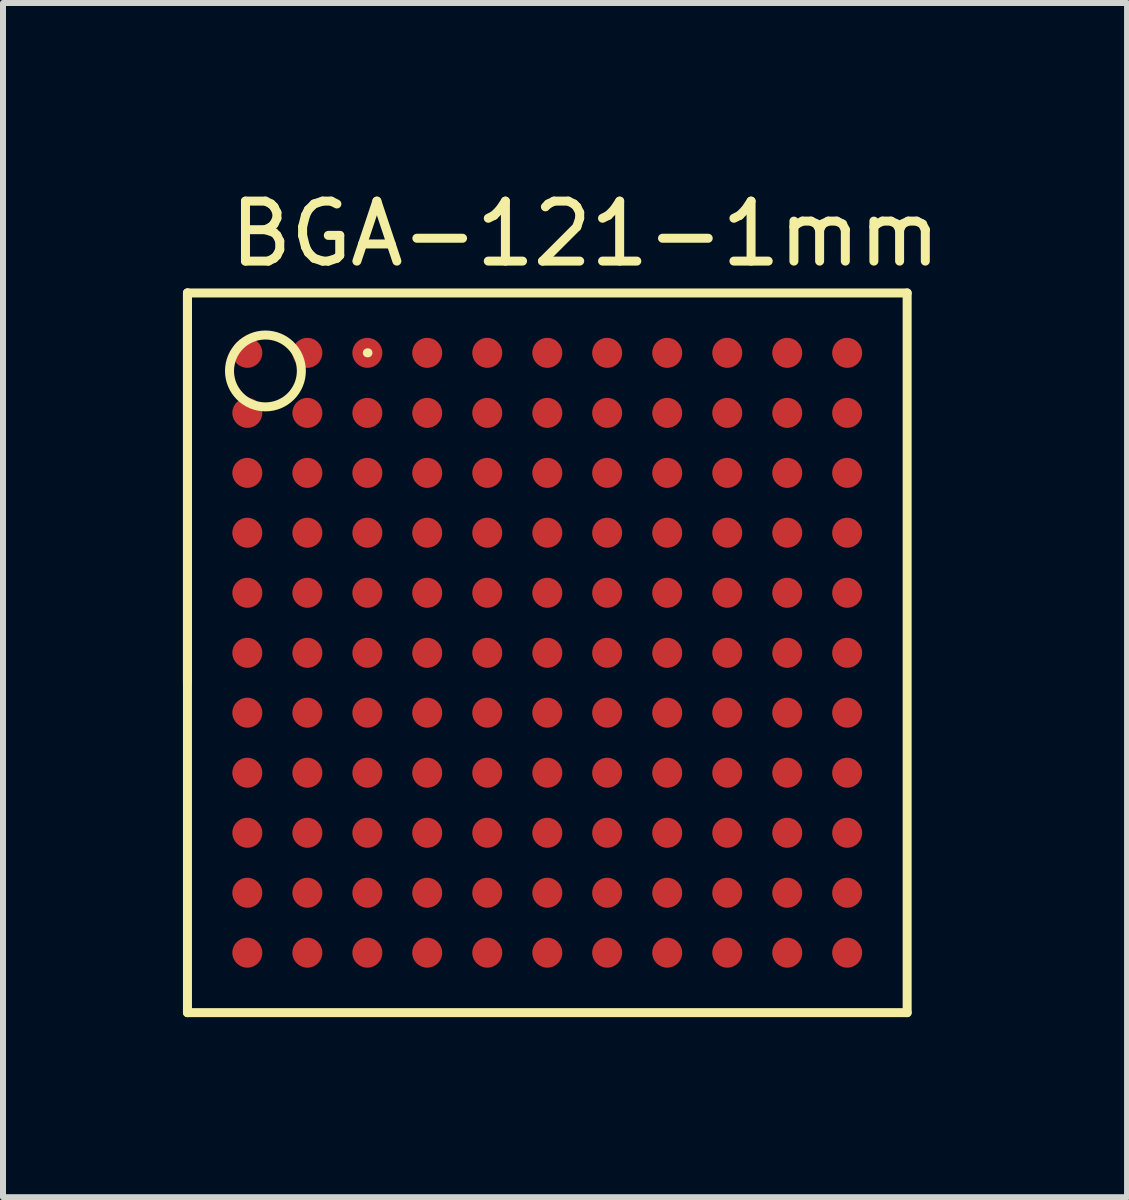
<source format=kicad_pcb>
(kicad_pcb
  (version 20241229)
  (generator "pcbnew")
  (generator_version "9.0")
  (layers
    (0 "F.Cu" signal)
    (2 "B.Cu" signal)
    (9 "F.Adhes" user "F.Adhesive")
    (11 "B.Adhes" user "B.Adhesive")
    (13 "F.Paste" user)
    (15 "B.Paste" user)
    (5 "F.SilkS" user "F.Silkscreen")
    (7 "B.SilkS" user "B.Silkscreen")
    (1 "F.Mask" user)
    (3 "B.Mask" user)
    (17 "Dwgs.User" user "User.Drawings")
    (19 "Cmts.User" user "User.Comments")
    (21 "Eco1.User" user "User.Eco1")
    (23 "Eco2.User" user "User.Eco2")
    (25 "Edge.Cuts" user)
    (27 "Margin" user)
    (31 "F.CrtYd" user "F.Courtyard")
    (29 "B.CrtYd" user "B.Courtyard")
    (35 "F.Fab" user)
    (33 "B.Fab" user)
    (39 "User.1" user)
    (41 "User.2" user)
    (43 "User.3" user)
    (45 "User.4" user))
  (footprint "BGA-121-1mm"
    (layer "F.Cu")
    (at 6.074 7.833)
    (property "Reference" "BGA-121-1mm" (at 0.635 -6.985 0) (layer "F.SilkS") (effects (font (size 1 1) (thickness 0.15))))
    (attr smd)
    (fp_line (start -5.999 -5.999) (end 5.999 -5.999) (stroke (width 0.15) (type solid)) (layer "F.SilkS"))
    (fp_line (start -5.999 0.5) (end -5.999 -5.999) (stroke (width 0.15) (type solid)) (layer "F.SilkS"))
    (fp_line (start -5.999 5.999) (end -5.999 -5.999) (stroke (width 0.15) (type solid)) (layer "F.SilkS"))
    (fp_line (start -3 -5.001) (end -2.99 -5.001) (stroke (width 0.15) (type solid)) (layer "F.SilkS"))
    (fp_line (start 5.999 -5.999) (end 5.999 5.999) (stroke (width 0.15) (type solid)) (layer "F.SilkS"))
    (fp_line (start 5.999 5.999) (end -5.999 5.999) (stroke (width 0.15) (type solid)) (layer "F.SilkS"))
    (fp_circle (center -4.699 -4.699) (end -4.699 -5.298) (stroke (width 0.15) (type solid)) (fill no) (layer "F.SilkS"))
    (pad "A1" smd circle (at -5.001 -5.001) (size 0.5 0.5) (layers "F.Cu" "F.Mask" "F.Paste"))
    (pad "A2" smd circle (at -4 -5.001) (size 0.5 0.5) (layers "F.Cu" "F.Mask" "F.Paste"))
    (pad "A3" smd circle (at -3 -5.001) (size 0.5 0.5) (layers "F.Cu" "F.Mask" "F.Paste"))
    (pad "A4" smd circle (at -2.002 -5.001) (size 0.5 0.5) (layers "F.Cu" "F.Mask" "F.Paste"))
    (pad "A5" smd circle (at -1.001 -5.001) (size 0.5 0.5) (layers "F.Cu" "F.Mask" "F.Paste"))
    (pad "A6" smd circle (at 0 -5.001) (size 0.5 0.5) (layers "F.Cu" "F.Mask" "F.Paste"))
    (pad "A7" smd circle (at 0.998 -5.001) (size 0.5 0.5) (layers "F.Cu" "F.Mask" "F.Paste"))
    (pad "A8" smd circle (at 1.999 -5.001) (size 0.5 0.5) (layers "F.Cu" "F.Mask" "F.Paste"))
    (pad "A9" smd circle (at 3 -5.001) (size 0.5 0.5) (layers "F.Cu" "F.Mask" "F.Paste"))
    (pad "A10" smd circle (at 4 -5.001) (size 0.5 0.5) (layers "F.Cu" "F.Mask" "F.Paste"))
    (pad "A11" smd circle (at 4.999 -5.001) (size 0.5 0.5) (layers "F.Cu" "F.Mask" "F.Paste"))
    (pad "B1" smd circle (at -5.001 -4) (size 0.5 0.5) (layers "F.Cu" "F.Mask" "F.Paste"))
    (pad "B2" smd circle (at -4 -4) (size 0.5 0.5) (layers "F.Cu" "F.Mask" "F.Paste"))
    (pad "B3" smd circle (at -3 -4) (size 0.5 0.5) (layers "F.Cu" "F.Mask" "F.Paste"))
    (pad "B4" smd circle (at -2.002 -4) (size 0.5 0.5) (layers "F.Cu" "F.Mask" "F.Paste"))
    (pad "B5" smd circle (at -1.001 -4) (size 0.5 0.5) (layers "F.Cu" "F.Mask" "F.Paste"))
    (pad "B6" smd circle (at 0 -4) (size 0.5 0.5) (layers "F.Cu" "F.Mask" "F.Paste"))
    (pad "B7" smd circle (at 0.998 -4) (size 0.5 0.5) (layers "F.Cu" "F.Mask" "F.Paste"))
    (pad "B8" smd circle (at 1.999 -4) (size 0.5 0.5) (layers "F.Cu" "F.Mask" "F.Paste"))
    (pad "B9" smd circle (at 3 -4) (size 0.5 0.5) (layers "F.Cu" "F.Mask" "F.Paste"))
    (pad "B10" smd circle (at 4 -4) (size 0.5 0.5) (layers "F.Cu" "F.Mask" "F.Paste"))
    (pad "B11" smd circle (at 4.999 -4) (size 0.5 0.5) (layers "F.Cu" "F.Mask" "F.Paste"))
    (pad "C1" smd circle (at -5.001 -3) (size 0.5 0.5) (layers "F.Cu" "F.Mask" "F.Paste"))
    (pad "C2" smd circle (at -4 -3) (size 0.5 0.5) (layers "F.Cu" "F.Mask" "F.Paste"))
    (pad "C3" smd circle (at -3 -3) (size 0.5 0.5) (layers "F.Cu" "F.Mask" "F.Paste"))
    (pad "C4" smd circle (at -2.002 -3) (size 0.5 0.5) (layers "F.Cu" "F.Mask" "F.Paste"))
    (pad "C5" smd circle (at -1.001 -3) (size 0.5 0.5) (layers "F.Cu" "F.Mask" "F.Paste"))
    (pad "C6" smd circle (at 0 -3) (size 0.5 0.5) (layers "F.Cu" "F.Mask" "F.Paste"))
    (pad "C7" smd circle (at 0.998 -3) (size 0.5 0.5) (layers "F.Cu" "F.Mask" "F.Paste"))
    (pad "C8" smd circle (at 1.999 -3) (size 0.5 0.5) (layers "F.Cu" "F.Mask" "F.Paste"))
    (pad "C9" smd circle (at 3 -3) (size 0.5 0.5) (layers "F.Cu" "F.Mask" "F.Paste"))
    (pad "C10" smd circle (at 4 -3) (size 0.5 0.5) (layers "F.Cu" "F.Mask" "F.Paste"))
    (pad "C11" smd circle (at 4.999 -3) (size 0.5 0.5) (layers "F.Cu" "F.Mask" "F.Paste"))
    (pad "D1" smd circle (at -5.001 -2.002) (size 0.5 0.5) (layers "F.Cu" "F.Mask" "F.Paste"))
    (pad "D2" smd circle (at -4 -2.002) (size 0.5 0.5) (layers "F.Cu" "F.Mask" "F.Paste"))
    (pad "D3" smd circle (at -3 -2.002) (size 0.5 0.5) (layers "F.Cu" "F.Mask" "F.Paste"))
    (pad "D4" smd circle (at -2.002 -2.002) (size 0.5 0.5) (layers "F.Cu" "F.Mask" "F.Paste"))
    (pad "D5" smd circle (at -1.001 -2.002) (size 0.5 0.5) (layers "F.Cu" "F.Mask" "F.Paste"))
    (pad "D6" smd circle (at 0 -2.002) (size 0.5 0.5) (layers "F.Cu" "F.Mask" "F.Paste"))
    (pad "D7" smd circle (at 0.998 -2.002) (size 0.5 0.5) (layers "F.Cu" "F.Mask" "F.Paste"))
    (pad "D8" smd circle (at 1.999 -2.002) (size 0.5 0.5) (layers "F.Cu" "F.Mask" "F.Paste"))
    (pad "D9" smd circle (at 3 -2.002) (size 0.5 0.5) (layers "F.Cu" "F.Mask" "F.Paste"))
    (pad "D10" smd circle (at 4 -2.002) (size 0.5 0.5) (layers "F.Cu" "F.Mask" "F.Paste"))
    (pad "D11" smd circle (at 4.999 -2.002) (size 0.5 0.5) (layers "F.Cu" "F.Mask" "F.Paste"))
    (pad "E1" smd circle (at -5.001 -1.001) (size 0.5 0.5) (layers "F.Cu" "F.Mask" "F.Paste"))
    (pad "E2" smd circle (at -4 -1.001) (size 0.5 0.5) (layers "F.Cu" "F.Mask" "F.Paste"))
    (pad "E3" smd circle (at -3 -1.001) (size 0.5 0.5) (layers "F.Cu" "F.Mask" "F.Paste"))
    (pad "E4" smd circle (at -2.002 -1.001) (size 0.5 0.5) (layers "F.Cu" "F.Mask" "F.Paste"))
    (pad "E5" smd circle (at -1.001 -1.001) (size 0.5 0.5) (layers "F.Cu" "F.Mask" "F.Paste"))
    (pad "E6" smd circle (at 0 -1.001) (size 0.5 0.5) (layers "F.Cu" "F.Mask" "F.Paste"))
    (pad "E7" smd circle (at 0.998 -1.001) (size 0.5 0.5) (layers "F.Cu" "F.Mask" "F.Paste"))
    (pad "E8" smd circle (at 1.999 -1.001) (size 0.5 0.5) (layers "F.Cu" "F.Mask" "F.Paste"))
    (pad "E9" smd circle (at 3 -1.001) (size 0.5 0.5) (layers "F.Cu" "F.Mask" "F.Paste"))
    (pad "E10" smd circle (at 4 -1.001) (size 0.5 0.5) (layers "F.Cu" "F.Mask" "F.Paste"))
    (pad "E11" smd circle (at 4.999 -1.001) (size 0.5 0.5) (layers "F.Cu" "F.Mask" "F.Paste"))
    (pad "F1" smd circle (at -5.001 0) (size 0.5 0.5) (layers "F.Cu" "F.Mask" "F.Paste"))
    (pad "F2" smd circle (at -4 0) (size 0.5 0.5) (layers "F.Cu" "F.Mask" "F.Paste"))
    (pad "F3" smd circle (at -3 0) (size 0.5 0.5) (layers "F.Cu" "F.Mask" "F.Paste"))
    (pad "F4" smd circle (at -2.002 0) (size 0.5 0.5) (layers "F.Cu" "F.Mask" "F.Paste"))
    (pad "F5" smd circle (at -1.001 0) (size 0.5 0.5) (layers "F.Cu" "F.Mask" "F.Paste"))
    (pad "F6" smd circle (at 0 0) (size 0.5 0.5) (layers "F.Cu" "F.Mask" "F.Paste"))
    (pad "F7" smd circle (at 0.998 0) (size 0.5 0.5) (layers "F.Cu" "F.Mask" "F.Paste"))
    (pad "F8" smd circle (at 1.999 0) (size 0.5 0.5) (layers "F.Cu" "F.Mask" "F.Paste"))
    (pad "F9" smd circle (at 3 0) (size 0.5 0.5) (layers "F.Cu" "F.Mask" "F.Paste"))
    (pad "F10" smd circle (at 4 0) (size 0.5 0.5) (layers "F.Cu" "F.Mask" "F.Paste"))
    (pad "F11" smd circle (at 4.999 0) (size 0.5 0.5) (layers "F.Cu" "F.Mask" "F.Paste"))
    (pad "G1" smd circle (at -5.001 0.998) (size 0.5 0.5) (layers "F.Cu" "F.Mask" "F.Paste"))
    (pad "G2" smd circle (at -4 0.998) (size 0.5 0.5) (layers "F.Cu" "F.Mask" "F.Paste"))
    (pad "G3" smd circle (at -3 0.998) (size 0.5 0.5) (layers "F.Cu" "F.Mask" "F.Paste"))
    (pad "G4" smd circle (at -2.002 0.998) (size 0.5 0.5) (layers "F.Cu" "F.Mask" "F.Paste"))
    (pad "G5" smd circle (at -1.001 0.998) (size 0.5 0.5) (layers "F.Cu" "F.Mask" "F.Paste"))
    (pad "G6" smd circle (at 0 0.998) (size 0.5 0.5) (layers "F.Cu" "F.Mask" "F.Paste"))
    (pad "G7" smd circle (at 0.998 0.998) (size 0.5 0.5) (layers "F.Cu" "F.Mask" "F.Paste"))
    (pad "G8" smd circle (at 1.999 0.998) (size 0.5 0.5) (layers "F.Cu" "F.Mask" "F.Paste"))
    (pad "G9" smd circle (at 3 0.998) (size 0.5 0.5) (layers "F.Cu" "F.Mask" "F.Paste"))
    (pad "G10" smd circle (at 4 0.998) (size 0.5 0.5) (layers "F.Cu" "F.Mask" "F.Paste"))
    (pad "G11" smd circle (at 4.999 0.998) (size 0.5 0.5) (layers "F.Cu" "F.Mask" "F.Paste"))
    (pad "H1" smd circle (at -5.001 1.999) (size 0.5 0.5) (layers "F.Cu" "F.Mask" "F.Paste"))
    (pad "H2" smd circle (at -4 1.999) (size 0.5 0.5) (layers "F.Cu" "F.Mask" "F.Paste"))
    (pad "H3" smd circle (at -3 1.999) (size 0.5 0.5) (layers "F.Cu" "F.Mask" "F.Paste"))
    (pad "H4" smd circle (at -2.002 1.999) (size 0.5 0.5) (layers "F.Cu" "F.Mask" "F.Paste"))
    (pad "H5" smd circle (at -1.001 1.999) (size 0.5 0.5) (layers "F.Cu" "F.Mask" "F.Paste"))
    (pad "H6" smd circle (at 0 1.999) (size 0.5 0.5) (layers "F.Cu" "F.Mask" "F.Paste"))
    (pad "H7" smd circle (at 0.998 1.999) (size 0.5 0.5) (layers "F.Cu" "F.Mask" "F.Paste"))
    (pad "H8" smd circle (at 1.999 1.999) (size 0.5 0.5) (layers "F.Cu" "F.Mask" "F.Paste"))
    (pad "H9" smd circle (at 3 1.999) (size 0.5 0.5) (layers "F.Cu" "F.Mask" "F.Paste"))
    (pad "H10" smd circle (at 4 1.999) (size 0.5 0.5) (layers "F.Cu" "F.Mask" "F.Paste"))
    (pad "H11" smd circle (at 4.999 1.999) (size 0.5 0.5) (layers "F.Cu" "F.Mask" "F.Paste"))
    (pad "J1" smd circle (at -5.001 3) (size 0.5 0.5) (layers "F.Cu" "F.Mask" "F.Paste"))
    (pad "J2" smd circle (at -4 3) (size 0.5 0.5) (layers "F.Cu" "F.Mask" "F.Paste"))
    (pad "J3" smd circle (at -3 3) (size 0.5 0.5) (layers "F.Cu" "F.Mask" "F.Paste"))
    (pad "J4" smd circle (at -2.002 3) (size 0.5 0.5) (layers "F.Cu" "F.Mask" "F.Paste"))
    (pad "J5" smd circle (at -1.001 3) (size 0.5 0.5) (layers "F.Cu" "F.Mask" "F.Paste"))
    (pad "J6" smd circle (at 0 3) (size 0.5 0.5) (layers "F.Cu" "F.Mask" "F.Paste"))
    (pad "J7" smd circle (at 0.998 3) (size 0.5 0.5) (layers "F.Cu" "F.Mask" "F.Paste"))
    (pad "J8" smd circle (at 1.999 3) (size 0.5 0.5) (layers "F.Cu" "F.Mask" "F.Paste"))
    (pad "J9" smd circle (at 3 3) (size 0.5 0.5) (layers "F.Cu" "F.Mask" "F.Paste"))
    (pad "J10" smd circle (at 4 3) (size 0.5 0.5) (layers "F.Cu" "F.Mask" "F.Paste"))
    (pad "J11" smd circle (at 4.999 3) (size 0.5 0.5) (layers "F.Cu" "F.Mask" "F.Paste"))
    (pad "K1" smd circle (at -5.001 4) (size 0.5 0.5) (layers "F.Cu" "F.Mask" "F.Paste"))
    (pad "K2" smd circle (at -4 4) (size 0.5 0.5) (layers "F.Cu" "F.Mask" "F.Paste"))
    (pad "K3" smd circle (at -3 4) (size 0.5 0.5) (layers "F.Cu" "F.Mask" "F.Paste"))
    (pad "K4" smd circle (at -2.002 4) (size 0.5 0.5) (layers "F.Cu" "F.Mask" "F.Paste"))
    (pad "K5" smd circle (at -1.001 4) (size 0.5 0.5) (layers "F.Cu" "F.Mask" "F.Paste"))
    (pad "K6" smd circle (at 0 4) (size 0.5 0.5) (layers "F.Cu" "F.Mask" "F.Paste"))
    (pad "K7" smd circle (at 0.998 4) (size 0.5 0.5) (layers "F.Cu" "F.Mask" "F.Paste"))
    (pad "K8" smd circle (at 1.999 4) (size 0.5 0.5) (layers "F.Cu" "F.Mask" "F.Paste"))
    (pad "K9" smd circle (at 3 4) (size 0.5 0.5) (layers "F.Cu" "F.Mask" "F.Paste"))
    (pad "K10" smd circle (at 4 4) (size 0.5 0.5) (layers "F.Cu" "F.Mask" "F.Paste"))
    (pad "K11" smd circle (at 4.999 4) (size 0.5 0.5) (layers "F.Cu" "F.Mask" "F.Paste"))
    (pad "L1" smd circle (at -5.001 4.999) (size 0.5 0.5) (layers "F.Cu" "F.Mask" "F.Paste"))
    (pad "L2" smd circle (at -4 4.999) (size 0.5 0.5) (layers "F.Cu" "F.Mask" "F.Paste"))
    (pad "L3" smd circle (at -3 4.999) (size 0.5 0.5) (layers "F.Cu" "F.Mask" "F.Paste"))
    (pad "L4" smd circle (at -2.002 4.999) (size 0.5 0.5) (layers "F.Cu" "F.Mask" "F.Paste"))
    (pad "L5" smd circle (at -1.001 4.999) (size 0.5 0.5) (layers "F.Cu" "F.Mask" "F.Paste"))
    (pad "L6" smd circle (at 0 4.999) (size 0.5 0.5) (layers "F.Cu" "F.Mask" "F.Paste"))
    (pad "L7" smd circle (at 0.998 4.999) (size 0.5 0.5) (layers "F.Cu" "F.Mask" "F.Paste"))
    (pad "L8" smd circle (at 1.999 4.999) (size 0.5 0.5) (layers "F.Cu" "F.Mask" "F.Paste"))
    (pad "L9" smd circle (at 3 4.999) (size 0.5 0.5) (layers "F.Cu" "F.Mask" "F.Paste"))
    (pad "L10" smd circle (at 4 4.999) (size 0.5 0.5) (layers "F.Cu" "F.Mask" "F.Paste"))
    (pad "L11" smd circle (at 4.999 4.999) (size 0.5 0.5) (layers "F.Cu" "F.Mask" "F.Paste")))
  (gr_rect
    (start -3 -3)
    (end 15.739 16.908)
    (stroke (width 0.1) (type default))
    (fill no)
    (layer "Edge.Cuts")))
</source>
